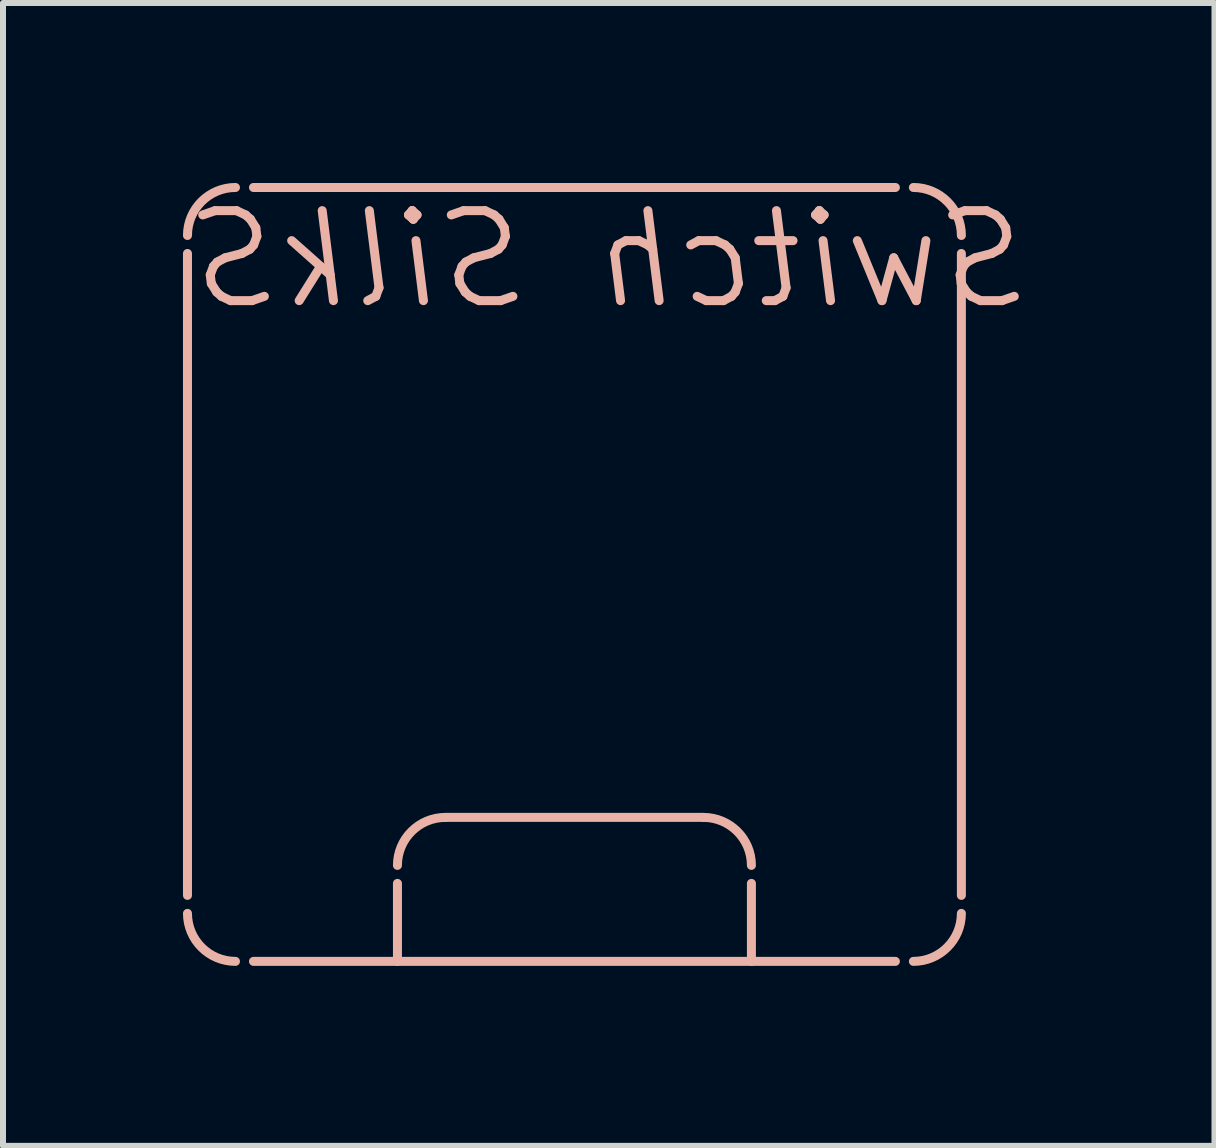
<source format=kicad_pcb>
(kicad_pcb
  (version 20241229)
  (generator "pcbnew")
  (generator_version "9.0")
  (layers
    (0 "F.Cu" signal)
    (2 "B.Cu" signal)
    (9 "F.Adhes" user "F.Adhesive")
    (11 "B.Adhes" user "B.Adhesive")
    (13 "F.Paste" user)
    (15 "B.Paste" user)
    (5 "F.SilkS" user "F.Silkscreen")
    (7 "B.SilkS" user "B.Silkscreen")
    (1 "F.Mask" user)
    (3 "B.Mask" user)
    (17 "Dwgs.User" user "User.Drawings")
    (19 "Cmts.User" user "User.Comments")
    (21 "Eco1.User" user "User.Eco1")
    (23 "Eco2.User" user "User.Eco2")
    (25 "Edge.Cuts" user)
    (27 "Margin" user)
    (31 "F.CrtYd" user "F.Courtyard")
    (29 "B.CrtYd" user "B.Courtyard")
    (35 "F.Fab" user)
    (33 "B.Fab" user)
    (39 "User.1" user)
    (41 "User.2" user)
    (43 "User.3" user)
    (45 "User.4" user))
  (footprint "Switch SilkS"
    (layer "F.Cu")
    (at 6.515 6.695)
    (property "Reference" "Switch SilkS" (at -6.4 -5.42 0) (layer "B.SilkS") (effects (font (size 1.5 1.5) (thickness 0.15) (italic yes)) (justify right mirror)))
    (attr through_hole)
    (fp_line (start -6.44 -5.52) (end -6.44 5.18) (stroke (width 0.15) (type solid)) (layer "B.SilkS"))
    (fp_line (start -5.34 -6.62) (end 5.36 -6.62) (stroke (width 0.15) (type solid)) (layer "B.SilkS"))
    (fp_line (start -5.34 6.28) (end 5.36 6.28) (stroke (width 0.15) (type solid)) (layer "B.SilkS"))
    (fp_line (start -2.94 4.98) (end -2.94 6.28) (stroke (width 0.15) (type solid)) (layer "B.SilkS"))
    (fp_line (start -2.14 3.88) (end 2.16 3.88) (stroke (width 0.15) (type solid)) (layer "B.SilkS"))
    (fp_line (start 2.96 4.98) (end 2.96 6.28) (stroke (width 0.15) (type solid)) (layer "B.SilkS"))
    (fp_line (start 6.46 -5.52) (end 6.46 5.18) (stroke (width 0.15) (type solid)) (layer "B.SilkS"))
    (fp_arc (start -6.44 -5.82) (mid -6.205685 -6.385685) (end -5.64 -6.62) (stroke (width 0.15) (type solid)) (layer "B.SilkS"))
    (fp_arc (start -5.64 6.28) (mid -6.205685 6.045685) (end -6.44 5.48) (stroke (width 0.15) (type solid)) (layer "B.SilkS"))
    (fp_arc (start -2.94 4.68) (mid -2.705685 4.114315) (end -2.14 3.88) (stroke (width 0.15) (type solid)) (layer "B.SilkS"))
    (fp_arc (start 2.16 3.88) (mid 2.725685 4.114315) (end 2.96 4.68) (stroke (width 0.15) (type solid)) (layer "B.SilkS"))
    (fp_arc (start 5.66 -6.62) (mid 6.225685 -6.385685) (end 6.46 -5.82) (stroke (width 0.15) (type solid)) (layer "B.SilkS"))
    (fp_arc (start 6.46 5.48) (mid 6.225685 6.045685) (end 5.66 6.28) (stroke (width 0.15) (type solid)) (layer "B.SilkS")))
  (gr_rect
    (start -3 -3)
    (end 17.194 16.05)
    (stroke (width 0.1) (type default))
    (fill no)
    (layer "Edge.Cuts")))
</source>
